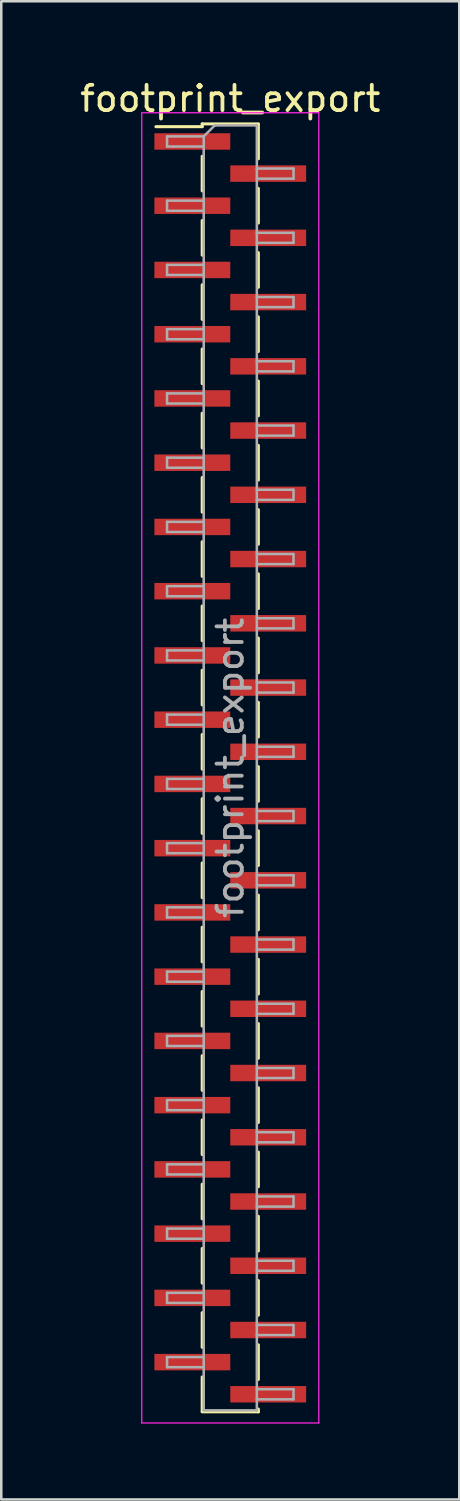
<source format=kicad_pcb>
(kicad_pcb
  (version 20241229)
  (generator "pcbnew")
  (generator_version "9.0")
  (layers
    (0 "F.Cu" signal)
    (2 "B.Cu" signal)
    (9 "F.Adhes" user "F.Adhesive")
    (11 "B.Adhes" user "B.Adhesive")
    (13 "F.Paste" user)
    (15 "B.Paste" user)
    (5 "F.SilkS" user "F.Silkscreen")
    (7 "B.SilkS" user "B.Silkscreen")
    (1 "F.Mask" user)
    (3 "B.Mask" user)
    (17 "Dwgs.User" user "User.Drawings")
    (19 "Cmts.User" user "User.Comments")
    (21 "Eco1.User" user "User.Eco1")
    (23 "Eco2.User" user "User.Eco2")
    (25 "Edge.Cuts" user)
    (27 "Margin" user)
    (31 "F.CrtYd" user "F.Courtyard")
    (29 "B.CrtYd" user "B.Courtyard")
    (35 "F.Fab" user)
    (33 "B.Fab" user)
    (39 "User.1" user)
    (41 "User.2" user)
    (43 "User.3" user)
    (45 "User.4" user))
  (footprint "footprint_export"
    (layer "F.Cu")
    (at 6.054 27.308)
    (property "Reference" "footprint_export" (at 0 -26.46 0) (layer "F.SilkS") (effects (font (size 1 1) (thickness 0.15))))
    (attr smd)
    (fp_line (start -1.11 -25.46) (end -1.11 -25.35) (stroke (width 0.12) (type solid)) (layer "F.SilkS"))
    (fp_line (start -1.11 -25.46) (end 1.11 -25.46) (stroke (width 0.12) (type solid)) (layer "F.SilkS"))
    (fp_line (start -1.11 -25.35) (end -2.94 -25.35) (stroke (width 0.12) (type solid)) (layer "F.SilkS"))
    (fp_line (start -1.11 -24.18) (end -1.11 -22.81) (stroke (width 0.12) (type solid)) (layer "F.SilkS"))
    (fp_line (start -1.11 -21.64) (end -1.11 -20.27) (stroke (width 0.12) (type solid)) (layer "F.SilkS"))
    (fp_line (start -1.11 -19.1) (end -1.11 -17.73) (stroke (width 0.12) (type solid)) (layer "F.SilkS"))
    (fp_line (start -1.11 -16.56) (end -1.11 -15.19) (stroke (width 0.12) (type solid)) (layer "F.SilkS"))
    (fp_line (start -1.11 -14.02) (end -1.11 -12.65) (stroke (width 0.12) (type solid)) (layer "F.SilkS"))
    (fp_line (start -1.11 -11.48) (end -1.11 -10.11) (stroke (width 0.12) (type solid)) (layer "F.SilkS"))
    (fp_line (start -1.11 -8.94) (end -1.11 -7.57) (stroke (width 0.12) (type solid)) (layer "F.SilkS"))
    (fp_line (start -1.11 -6.4) (end -1.11 -5.03) (stroke (width 0.12) (type solid)) (layer "F.SilkS"))
    (fp_line (start -1.11 -3.86) (end -1.11 -2.49) (stroke (width 0.12) (type solid)) (layer "F.SilkS"))
    (fp_line (start -1.11 -1.32) (end -1.11 0.05) (stroke (width 0.12) (type solid)) (layer "F.SilkS"))
    (fp_line (start -1.11 1.22) (end -1.11 2.59) (stroke (width 0.12) (type solid)) (layer "F.SilkS"))
    (fp_line (start -1.11 3.76) (end -1.11 5.13) (stroke (width 0.12) (type solid)) (layer "F.SilkS"))
    (fp_line (start -1.11 6.3) (end -1.11 7.67) (stroke (width 0.12) (type solid)) (layer "F.SilkS"))
    (fp_line (start -1.11 8.84) (end -1.11 10.21) (stroke (width 0.12) (type solid)) (layer "F.SilkS"))
    (fp_line (start -1.11 11.38) (end -1.11 12.75) (stroke (width 0.12) (type solid)) (layer "F.SilkS"))
    (fp_line (start -1.11 13.92) (end -1.11 15.29) (stroke (width 0.12) (type solid)) (layer "F.SilkS"))
    (fp_line (start -1.11 16.46) (end -1.11 17.83) (stroke (width 0.12) (type solid)) (layer "F.SilkS"))
    (fp_line (start -1.11 19) (end -1.11 20.37) (stroke (width 0.12) (type solid)) (layer "F.SilkS"))
    (fp_line (start -1.11 21.54) (end -1.11 22.91) (stroke (width 0.12) (type solid)) (layer "F.SilkS"))
    (fp_line (start -1.11 24.08) (end -1.11 25.45) (stroke (width 0.12) (type solid)) (layer "F.SilkS"))
    (fp_line (start -1.11 25.46) (end 1.11 25.46) (stroke (width 0.12) (type solid)) (layer "F.SilkS"))
    (fp_line (start 1.11 -25.45) (end 1.11 -24.08) (stroke (width 0.12) (type solid)) (layer "F.SilkS"))
    (fp_line (start 1.11 -22.91) (end 1.11 -21.54) (stroke (width 0.12) (type solid)) (layer "F.SilkS"))
    (fp_line (start 1.11 -20.37) (end 1.11 -19) (stroke (width 0.12) (type solid)) (layer "F.SilkS"))
    (fp_line (start 1.11 -17.83) (end 1.11 -16.46) (stroke (width 0.12) (type solid)) (layer "F.SilkS"))
    (fp_line (start 1.11 -15.29) (end 1.11 -13.92) (stroke (width 0.12) (type solid)) (layer "F.SilkS"))
    (fp_line (start 1.11 -12.75) (end 1.11 -11.38) (stroke (width 0.12) (type solid)) (layer "F.SilkS"))
    (fp_line (start 1.11 -10.21) (end 1.11 -8.84) (stroke (width 0.12) (type solid)) (layer "F.SilkS"))
    (fp_line (start 1.11 -7.67) (end 1.11 -6.3) (stroke (width 0.12) (type solid)) (layer "F.SilkS"))
    (fp_line (start 1.11 -5.13) (end 1.11 -3.76) (stroke (width 0.12) (type solid)) (layer "F.SilkS"))
    (fp_line (start 1.11 -2.59) (end 1.11 -1.22) (stroke (width 0.12) (type solid)) (layer "F.SilkS"))
    (fp_line (start 1.11 -0.05) (end 1.11 1.32) (stroke (width 0.12) (type solid)) (layer "F.SilkS"))
    (fp_line (start 1.11 2.49) (end 1.11 3.86) (stroke (width 0.12) (type solid)) (layer "F.SilkS"))
    (fp_line (start 1.11 5.03) (end 1.11 6.4) (stroke (width 0.12) (type solid)) (layer "F.SilkS"))
    (fp_line (start 1.11 7.57) (end 1.11 8.94) (stroke (width 0.12) (type solid)) (layer "F.SilkS"))
    (fp_line (start 1.11 10.11) (end 1.11 11.48) (stroke (width 0.12) (type solid)) (layer "F.SilkS"))
    (fp_line (start 1.11 12.65) (end 1.11 14.02) (stroke (width 0.12) (type solid)) (layer "F.SilkS"))
    (fp_line (start 1.11 15.19) (end 1.11 16.56) (stroke (width 0.12) (type solid)) (layer "F.SilkS"))
    (fp_line (start 1.11 17.73) (end 1.11 19.1) (stroke (width 0.12) (type solid)) (layer "F.SilkS"))
    (fp_line (start 1.11 20.27) (end 1.11 21.64) (stroke (width 0.12) (type solid)) (layer "F.SilkS"))
    (fp_line (start 1.11 22.81) (end 1.11 24.18) (stroke (width 0.12) (type solid)) (layer "F.SilkS"))
    (fp_line (start 1.11 25.35) (end 1.11 25.46) (stroke (width 0.12) (type solid)) (layer "F.SilkS"))
    (fp_line (start -3.5 -25.9) (end -3.5 25.9) (stroke (width 0.05) (type solid)) (layer "F.CrtYd"))
    (fp_line (start -3.5 25.9) (end 3.5 25.9) (stroke (width 0.05) (type solid)) (layer "F.CrtYd"))
    (fp_line (start 3.5 -25.9) (end -3.5 -25.9) (stroke (width 0.05) (type solid)) (layer "F.CrtYd"))
    (fp_line (start 3.5 25.9) (end 3.5 -25.9) (stroke (width 0.05) (type solid)) (layer "F.CrtYd"))
    (fp_line (start -2.5 -24.965) (end -2.5 -24.565) (stroke (width 0.1) (type solid)) (layer "F.Fab"))
    (fp_line (start -2.5 -24.565) (end -1.05 -24.565) (stroke (width 0.1) (type solid)) (layer "F.Fab"))
    (fp_line (start -2.5 -22.425) (end -2.5 -22.025) (stroke (width 0.1) (type solid)) (layer "F.Fab"))
    (fp_line (start -2.5 -22.025) (end -1.05 -22.025) (stroke (width 0.1) (type solid)) (layer "F.Fab"))
    (fp_line (start -2.5 -19.885) (end -2.5 -19.485) (stroke (width 0.1) (type solid)) (layer "F.Fab"))
    (fp_line (start -2.5 -19.485) (end -1.05 -19.485) (stroke (width 0.1) (type solid)) (layer "F.Fab"))
    (fp_line (start -2.5 -17.345) (end -2.5 -16.945) (stroke (width 0.1) (type solid)) (layer "F.Fab"))
    (fp_line (start -2.5 -16.945) (end -1.05 -16.945) (stroke (width 0.1) (type solid)) (layer "F.Fab"))
    (fp_line (start -2.5 -14.805) (end -2.5 -14.405) (stroke (width 0.1) (type solid)) (layer "F.Fab"))
    (fp_line (start -2.5 -14.405) (end -1.05 -14.405) (stroke (width 0.1) (type solid)) (layer "F.Fab"))
    (fp_line (start -2.5 -12.265) (end -2.5 -11.865) (stroke (width 0.1) (type solid)) (layer "F.Fab"))
    (fp_line (start -2.5 -11.865) (end -1.05 -11.865) (stroke (width 0.1) (type solid)) (layer "F.Fab"))
    (fp_line (start -2.5 -9.725) (end -2.5 -9.325) (stroke (width 0.1) (type solid)) (layer "F.Fab"))
    (fp_line (start -2.5 -9.325) (end -1.05 -9.325) (stroke (width 0.1) (type solid)) (layer "F.Fab"))
    (fp_line (start -2.5 -7.185) (end -2.5 -6.785) (stroke (width 0.1) (type solid)) (layer "F.Fab"))
    (fp_line (start -2.5 -6.785) (end -1.05 -6.785) (stroke (width 0.1) (type solid)) (layer "F.Fab"))
    (fp_line (start -2.5 -4.645) (end -2.5 -4.245) (stroke (width 0.1) (type solid)) (layer "F.Fab"))
    (fp_line (start -2.5 -4.245) (end -1.05 -4.245) (stroke (width 0.1) (type solid)) (layer "F.Fab"))
    (fp_line (start -2.5 -2.105) (end -2.5 -1.705) (stroke (width 0.1) (type solid)) (layer "F.Fab"))
    (fp_line (start -2.5 -1.705) (end -1.05 -1.705) (stroke (width 0.1) (type solid)) (layer "F.Fab"))
    (fp_line (start -2.5 0.435) (end -2.5 0.835) (stroke (width 0.1) (type solid)) (layer "F.Fab"))
    (fp_line (start -2.5 0.835) (end -1.05 0.835) (stroke (width 0.1) (type solid)) (layer "F.Fab"))
    (fp_line (start -2.5 2.975) (end -2.5 3.375) (stroke (width 0.1) (type solid)) (layer "F.Fab"))
    (fp_line (start -2.5 3.375) (end -1.05 3.375) (stroke (width 0.1) (type solid)) (layer "F.Fab"))
    (fp_line (start -2.5 5.515) (end -2.5 5.915) (stroke (width 0.1) (type solid)) (layer "F.Fab"))
    (fp_line (start -2.5 5.915) (end -1.05 5.915) (stroke (width 0.1) (type solid)) (layer "F.Fab"))
    (fp_line (start -2.5 8.055) (end -2.5 8.455) (stroke (width 0.1) (type solid)) (layer "F.Fab"))
    (fp_line (start -2.5 8.455) (end -1.05 8.455) (stroke (width 0.1) (type solid)) (layer "F.Fab"))
    (fp_line (start -2.5 10.595) (end -2.5 10.995) (stroke (width 0.1) (type solid)) (layer "F.Fab"))
    (fp_line (start -2.5 10.995) (end -1.05 10.995) (stroke (width 0.1) (type solid)) (layer "F.Fab"))
    (fp_line (start -2.5 13.135) (end -2.5 13.535) (stroke (width 0.1) (type solid)) (layer "F.Fab"))
    (fp_line (start -2.5 13.535) (end -1.05 13.535) (stroke (width 0.1) (type solid)) (layer "F.Fab"))
    (fp_line (start -2.5 15.675) (end -2.5 16.075) (stroke (width 0.1) (type solid)) (layer "F.Fab"))
    (fp_line (start -2.5 16.075) (end -1.05 16.075) (stroke (width 0.1) (type solid)) (layer "F.Fab"))
    (fp_line (start -2.5 18.215) (end -2.5 18.615) (stroke (width 0.1) (type solid)) (layer "F.Fab"))
    (fp_line (start -2.5 18.615) (end -1.05 18.615) (stroke (width 0.1) (type solid)) (layer "F.Fab"))
    (fp_line (start -2.5 20.755) (end -2.5 21.155) (stroke (width 0.1) (type solid)) (layer "F.Fab"))
    (fp_line (start -2.5 21.155) (end -1.05 21.155) (stroke (width 0.1) (type solid)) (layer "F.Fab"))
    (fp_line (start -2.5 23.295) (end -2.5 23.695) (stroke (width 0.1) (type solid)) (layer "F.Fab"))
    (fp_line (start -2.5 23.695) (end -1.05 23.695) (stroke (width 0.1) (type solid)) (layer "F.Fab"))
    (fp_line (start -1.05 -24.965) (end -2.5 -24.965) (stroke (width 0.1) (type solid)) (layer "F.Fab"))
    (fp_line (start -1.05 -24.965) (end -0.615 -25.4) (stroke (width 0.1) (type solid)) (layer "F.Fab"))
    (fp_line (start -1.05 -22.425) (end -2.5 -22.425) (stroke (width 0.1) (type solid)) (layer "F.Fab"))
    (fp_line (start -1.05 -19.885) (end -2.5 -19.885) (stroke (width 0.1) (type solid)) (layer "F.Fab"))
    (fp_line (start -1.05 -17.345) (end -2.5 -17.345) (stroke (width 0.1) (type solid)) (layer "F.Fab"))
    (fp_line (start -1.05 -14.805) (end -2.5 -14.805) (stroke (width 0.1) (type solid)) (layer "F.Fab"))
    (fp_line (start -1.05 -12.265) (end -2.5 -12.265) (stroke (width 0.1) (type solid)) (layer "F.Fab"))
    (fp_line (start -1.05 -9.725) (end -2.5 -9.725) (stroke (width 0.1) (type solid)) (layer "F.Fab"))
    (fp_line (start -1.05 -7.185) (end -2.5 -7.185) (stroke (width 0.1) (type solid)) (layer "F.Fab"))
    (fp_line (start -1.05 -4.645) (end -2.5 -4.645) (stroke (width 0.1) (type solid)) (layer "F.Fab"))
    (fp_line (start -1.05 -2.105) (end -2.5 -2.105) (stroke (width 0.1) (type solid)) (layer "F.Fab"))
    (fp_line (start -1.05 0.435) (end -2.5 0.435) (stroke (width 0.1) (type solid)) (layer "F.Fab"))
    (fp_line (start -1.05 2.975) (end -2.5 2.975) (stroke (width 0.1) (type solid)) (layer "F.Fab"))
    (fp_line (start -1.05 5.515) (end -2.5 5.515) (stroke (width 0.1) (type solid)) (layer "F.Fab"))
    (fp_line (start -1.05 8.055) (end -2.5 8.055) (stroke (width 0.1) (type solid)) (layer "F.Fab"))
    (fp_line (start -1.05 10.595) (end -2.5 10.595) (stroke (width 0.1) (type solid)) (layer "F.Fab"))
    (fp_line (start -1.05 13.135) (end -2.5 13.135) (stroke (width 0.1) (type solid)) (layer "F.Fab"))
    (fp_line (start -1.05 15.675) (end -2.5 15.675) (stroke (width 0.1) (type solid)) (layer "F.Fab"))
    (fp_line (start -1.05 18.215) (end -2.5 18.215) (stroke (width 0.1) (type solid)) (layer "F.Fab"))
    (fp_line (start -1.05 20.755) (end -2.5 20.755) (stroke (width 0.1) (type solid)) (layer "F.Fab"))
    (fp_line (start -1.05 23.295) (end -2.5 23.295) (stroke (width 0.1) (type solid)) (layer "F.Fab"))
    (fp_line (start -1.05 25.4) (end -1.05 -24.965) (stroke (width 0.1) (type solid)) (layer "F.Fab"))
    (fp_line (start -0.615 -25.4) (end 1.05 -25.4) (stroke (width 0.1) (type solid)) (layer "F.Fab"))
    (fp_line (start 1.05 -25.4) (end 1.05 25.4) (stroke (width 0.1) (type solid)) (layer "F.Fab"))
    (fp_line (start 1.05 -23.695) (end 2.5 -23.695) (stroke (width 0.1) (type solid)) (layer "F.Fab"))
    (fp_line (start 1.05 -21.155) (end 2.5 -21.155) (stroke (width 0.1) (type solid)) (layer "F.Fab"))
    (fp_line (start 1.05 -18.615) (end 2.5 -18.615) (stroke (width 0.1) (type solid)) (layer "F.Fab"))
    (fp_line (start 1.05 -16.075) (end 2.5 -16.075) (stroke (width 0.1) (type solid)) (layer "F.Fab"))
    (fp_line (start 1.05 -13.535) (end 2.5 -13.535) (stroke (width 0.1) (type solid)) (layer "F.Fab"))
    (fp_line (start 1.05 -10.995) (end 2.5 -10.995) (stroke (width 0.1) (type solid)) (layer "F.Fab"))
    (fp_line (start 1.05 -8.455) (end 2.5 -8.455) (stroke (width 0.1) (type solid)) (layer "F.Fab"))
    (fp_line (start 1.05 -5.915) (end 2.5 -5.915) (stroke (width 0.1) (type solid)) (layer "F.Fab"))
    (fp_line (start 1.05 -3.375) (end 2.5 -3.375) (stroke (width 0.1) (type solid)) (layer "F.Fab"))
    (fp_line (start 1.05 -0.835) (end 2.5 -0.835) (stroke (width 0.1) (type solid)) (layer "F.Fab"))
    (fp_line (start 1.05 1.705) (end 2.5 1.705) (stroke (width 0.1) (type solid)) (layer "F.Fab"))
    (fp_line (start 1.05 4.245) (end 2.5 4.245) (stroke (width 0.1) (type solid)) (layer "F.Fab"))
    (fp_line (start 1.05 6.785) (end 2.5 6.785) (stroke (width 0.1) (type solid)) (layer "F.Fab"))
    (fp_line (start 1.05 9.325) (end 2.5 9.325) (stroke (width 0.1) (type solid)) (layer "F.Fab"))
    (fp_line (start 1.05 11.865) (end 2.5 11.865) (stroke (width 0.1) (type solid)) (layer "F.Fab"))
    (fp_line (start 1.05 14.405) (end 2.5 14.405) (stroke (width 0.1) (type solid)) (layer "F.Fab"))
    (fp_line (start 1.05 16.945) (end 2.5 16.945) (stroke (width 0.1) (type solid)) (layer "F.Fab"))
    (fp_line (start 1.05 19.485) (end 2.5 19.485) (stroke (width 0.1) (type solid)) (layer "F.Fab"))
    (fp_line (start 1.05 22.025) (end 2.5 22.025) (stroke (width 0.1) (type solid)) (layer "F.Fab"))
    (fp_line (start 1.05 24.565) (end 2.5 24.565) (stroke (width 0.1) (type solid)) (layer "F.Fab"))
    (fp_line (start 1.05 25.4) (end -1.05 25.4) (stroke (width 0.1) (type solid)) (layer "F.Fab"))
    (fp_line (start 2.5 -23.695) (end 2.5 -23.295) (stroke (width 0.1) (type solid)) (layer "F.Fab"))
    (fp_line (start 2.5 -23.295) (end 1.05 -23.295) (stroke (width 0.1) (type solid)) (layer "F.Fab"))
    (fp_line (start 2.5 -21.155) (end 2.5 -20.755) (stroke (width 0.1) (type solid)) (layer "F.Fab"))
    (fp_line (start 2.5 -20.755) (end 1.05 -20.755) (stroke (width 0.1) (type solid)) (layer "F.Fab"))
    (fp_line (start 2.5 -18.615) (end 2.5 -18.215) (stroke (width 0.1) (type solid)) (layer "F.Fab"))
    (fp_line (start 2.5 -18.215) (end 1.05 -18.215) (stroke (width 0.1) (type solid)) (layer "F.Fab"))
    (fp_line (start 2.5 -16.075) (end 2.5 -15.675) (stroke (width 0.1) (type solid)) (layer "F.Fab"))
    (fp_line (start 2.5 -15.675) (end 1.05 -15.675) (stroke (width 0.1) (type solid)) (layer "F.Fab"))
    (fp_line (start 2.5 -13.535) (end 2.5 -13.135) (stroke (width 0.1) (type solid)) (layer "F.Fab"))
    (fp_line (start 2.5 -13.135) (end 1.05 -13.135) (stroke (width 0.1) (type solid)) (layer "F.Fab"))
    (fp_line (start 2.5 -10.995) (end 2.5 -10.595) (stroke (width 0.1) (type solid)) (layer "F.Fab"))
    (fp_line (start 2.5 -10.595) (end 1.05 -10.595) (stroke (width 0.1) (type solid)) (layer "F.Fab"))
    (fp_line (start 2.5 -8.455) (end 2.5 -8.055) (stroke (width 0.1) (type solid)) (layer "F.Fab"))
    (fp_line (start 2.5 -8.055) (end 1.05 -8.055) (stroke (width 0.1) (type solid)) (layer "F.Fab"))
    (fp_line (start 2.5 -5.915) (end 2.5 -5.515) (stroke (width 0.1) (type solid)) (layer "F.Fab"))
    (fp_line (start 2.5 -5.515) (end 1.05 -5.515) (stroke (width 0.1) (type solid)) (layer "F.Fab"))
    (fp_line (start 2.5 -3.375) (end 2.5 -2.975) (stroke (width 0.1) (type solid)) (layer "F.Fab"))
    (fp_line (start 2.5 -2.975) (end 1.05 -2.975) (stroke (width 0.1) (type solid)) (layer "F.Fab"))
    (fp_line (start 2.5 -0.835) (end 2.5 -0.435) (stroke (width 0.1) (type solid)) (layer "F.Fab"))
    (fp_line (start 2.5 -0.435) (end 1.05 -0.435) (stroke (width 0.1) (type solid)) (layer "F.Fab"))
    (fp_line (start 2.5 1.705) (end 2.5 2.105) (stroke (width 0.1) (type solid)) (layer "F.Fab"))
    (fp_line (start 2.5 2.105) (end 1.05 2.105) (stroke (width 0.1) (type solid)) (layer "F.Fab"))
    (fp_line (start 2.5 4.245) (end 2.5 4.645) (stroke (width 0.1) (type solid)) (layer "F.Fab"))
    (fp_line (start 2.5 4.645) (end 1.05 4.645) (stroke (width 0.1) (type solid)) (layer "F.Fab"))
    (fp_line (start 2.5 6.785) (end 2.5 7.185) (stroke (width 0.1) (type solid)) (layer "F.Fab"))
    (fp_line (start 2.5 7.185) (end 1.05 7.185) (stroke (width 0.1) (type solid)) (layer "F.Fab"))
    (fp_line (start 2.5 9.325) (end 2.5 9.725) (stroke (width 0.1) (type solid)) (layer "F.Fab"))
    (fp_line (start 2.5 9.725) (end 1.05 9.725) (stroke (width 0.1) (type solid)) (layer "F.Fab"))
    (fp_line (start 2.5 11.865) (end 2.5 12.265) (stroke (width 0.1) (type solid)) (layer "F.Fab"))
    (fp_line (start 2.5 12.265) (end 1.05 12.265) (stroke (width 0.1) (type solid)) (layer "F.Fab"))
    (fp_line (start 2.5 14.405) (end 2.5 14.805) (stroke (width 0.1) (type solid)) (layer "F.Fab"))
    (fp_line (start 2.5 14.805) (end 1.05 14.805) (stroke (width 0.1) (type solid)) (layer "F.Fab"))
    (fp_line (start 2.5 16.945) (end 2.5 17.345) (stroke (width 0.1) (type solid)) (layer "F.Fab"))
    (fp_line (start 2.5 17.345) (end 1.05 17.345) (stroke (width 0.1) (type solid)) (layer "F.Fab"))
    (fp_line (start 2.5 19.485) (end 2.5 19.885) (stroke (width 0.1) (type solid)) (layer "F.Fab"))
    (fp_line (start 2.5 19.885) (end 1.05 19.885) (stroke (width 0.1) (type solid)) (layer "F.Fab"))
    (fp_line (start 2.5 22.025) (end 2.5 22.425) (stroke (width 0.1) (type solid)) (layer "F.Fab"))
    (fp_line (start 2.5 22.425) (end 1.05 22.425) (stroke (width 0.1) (type solid)) (layer "F.Fab"))
    (fp_line (start 2.5 24.565) (end 2.5 24.965) (stroke (width 0.1) (type solid)) (layer "F.Fab"))
    (fp_line (start 2.5 24.965) (end 1.05 24.965) (stroke (width 0.1) (type solid)) (layer "F.Fab"))
    (fp_text user "${REFERENCE}" (at 0 0 90) (layer "F.Fab") (effects (font (size 1 1) (thickness 0.15))))
    (pad "1" smd rect (at -1.5 -24.765) (size 3 0.65) (layers "F.Cu" "F.Mask" "F.Paste"))
    (pad "2" smd rect (at 1.5 -23.495) (size 3 0.65) (layers "F.Cu" "F.Mask" "F.Paste"))
    (pad "3" smd rect (at -1.5 -22.225) (size 3 0.65) (layers "F.Cu" "F.Mask" "F.Paste"))
    (pad "4" smd rect (at 1.5 -20.955) (size 3 0.65) (layers "F.Cu" "F.Mask" "F.Paste"))
    (pad "5" smd rect (at -1.5 -19.685) (size 3 0.65) (layers "F.Cu" "F.Mask" "F.Paste"))
    (pad "6" smd rect (at 1.5 -18.415) (size 3 0.65) (layers "F.Cu" "F.Mask" "F.Paste"))
    (pad "7" smd rect (at -1.5 -17.145) (size 3 0.65) (layers "F.Cu" "F.Mask" "F.Paste"))
    (pad "8" smd rect (at 1.5 -15.875) (size 3 0.65) (layers "F.Cu" "F.Mask" "F.Paste"))
    (pad "9" smd rect (at -1.5 -14.605) (size 3 0.65) (layers "F.Cu" "F.Mask" "F.Paste"))
    (pad "10" smd rect (at 1.5 -13.335) (size 3 0.65) (layers "F.Cu" "F.Mask" "F.Paste"))
    (pad "11" smd rect (at -1.5 -12.065) (size 3 0.65) (layers "F.Cu" "F.Mask" "F.Paste"))
    (pad "12" smd rect (at 1.5 -10.795) (size 3 0.65) (layers "F.Cu" "F.Mask" "F.Paste"))
    (pad "13" smd rect (at -1.5 -9.525) (size 3 0.65) (layers "F.Cu" "F.Mask" "F.Paste"))
    (pad "14" smd rect (at 1.5 -8.255) (size 3 0.65) (layers "F.Cu" "F.Mask" "F.Paste"))
    (pad "15" smd rect (at -1.5 -6.985) (size 3 0.65) (layers "F.Cu" "F.Mask" "F.Paste"))
    (pad "16" smd rect (at 1.5 -5.715) (size 3 0.65) (layers "F.Cu" "F.Mask" "F.Paste"))
    (pad "17" smd rect (at -1.5 -4.445) (size 3 0.65) (layers "F.Cu" "F.Mask" "F.Paste"))
    (pad "18" smd rect (at 1.5 -3.175) (size 3 0.65) (layers "F.Cu" "F.Mask" "F.Paste"))
    (pad "19" smd rect (at -1.5 -1.905) (size 3 0.65) (layers "F.Cu" "F.Mask" "F.Paste"))
    (pad "20" smd rect (at 1.5 -0.635) (size 3 0.65) (layers "F.Cu" "F.Mask" "F.Paste"))
    (pad "21" smd rect (at -1.5 0.635) (size 3 0.65) (layers "F.Cu" "F.Mask" "F.Paste"))
    (pad "22" smd rect (at 1.5 1.905) (size 3 0.65) (layers "F.Cu" "F.Mask" "F.Paste"))
    (pad "23" smd rect (at -1.5 3.175) (size 3 0.65) (layers "F.Cu" "F.Mask" "F.Paste"))
    (pad "24" smd rect (at 1.5 4.445) (size 3 0.65) (layers "F.Cu" "F.Mask" "F.Paste"))
    (pad "25" smd rect (at -1.5 5.715) (size 3 0.65) (layers "F.Cu" "F.Mask" "F.Paste"))
    (pad "26" smd rect (at 1.5 6.985) (size 3 0.65) (layers "F.Cu" "F.Mask" "F.Paste"))
    (pad "27" smd rect (at -1.5 8.255) (size 3 0.65) (layers "F.Cu" "F.Mask" "F.Paste"))
    (pad "28" smd rect (at 1.5 9.525) (size 3 0.65) (layers "F.Cu" "F.Mask" "F.Paste"))
    (pad "29" smd rect (at -1.5 10.795) (size 3 0.65) (layers "F.Cu" "F.Mask" "F.Paste"))
    (pad "30" smd rect (at 1.5 12.065) (size 3 0.65) (layers "F.Cu" "F.Mask" "F.Paste"))
    (pad "31" smd rect (at -1.5 13.335) (size 3 0.65) (layers "F.Cu" "F.Mask" "F.Paste"))
    (pad "32" smd rect (at 1.5 14.605) (size 3 0.65) (layers "F.Cu" "F.Mask" "F.Paste"))
    (pad "33" smd rect (at -1.5 15.875) (size 3 0.65) (layers "F.Cu" "F.Mask" "F.Paste"))
    (pad "34" smd rect (at 1.5 17.145) (size 3 0.65) (layers "F.Cu" "F.Mask" "F.Paste"))
    (pad "35" smd rect (at -1.5 18.415) (size 3 0.65) (layers "F.Cu" "F.Mask" "F.Paste"))
    (pad "36" smd rect (at 1.5 19.685) (size 3 0.65) (layers "F.Cu" "F.Mask" "F.Paste"))
    (pad "37" smd rect (at -1.5 20.955) (size 3 0.65) (layers "F.Cu" "F.Mask" "F.Paste"))
    (pad "38" smd rect (at 1.5 22.225) (size 3 0.65) (layers "F.Cu" "F.Mask" "F.Paste"))
    (pad "39" smd rect (at -1.5 23.495) (size 3 0.65) (layers "F.Cu" "F.Mask" "F.Paste"))
    (pad "40" smd rect (at 1.5 24.765) (size 3 0.65) (layers "F.Cu" "F.Mask" "F.Paste")))
  (gr_rect
    (start -3 -3)
    (end 15.107 56.233)
    (stroke (width 0.1) (type default))
    (fill no)
    (layer "Edge.Cuts")))
</source>
